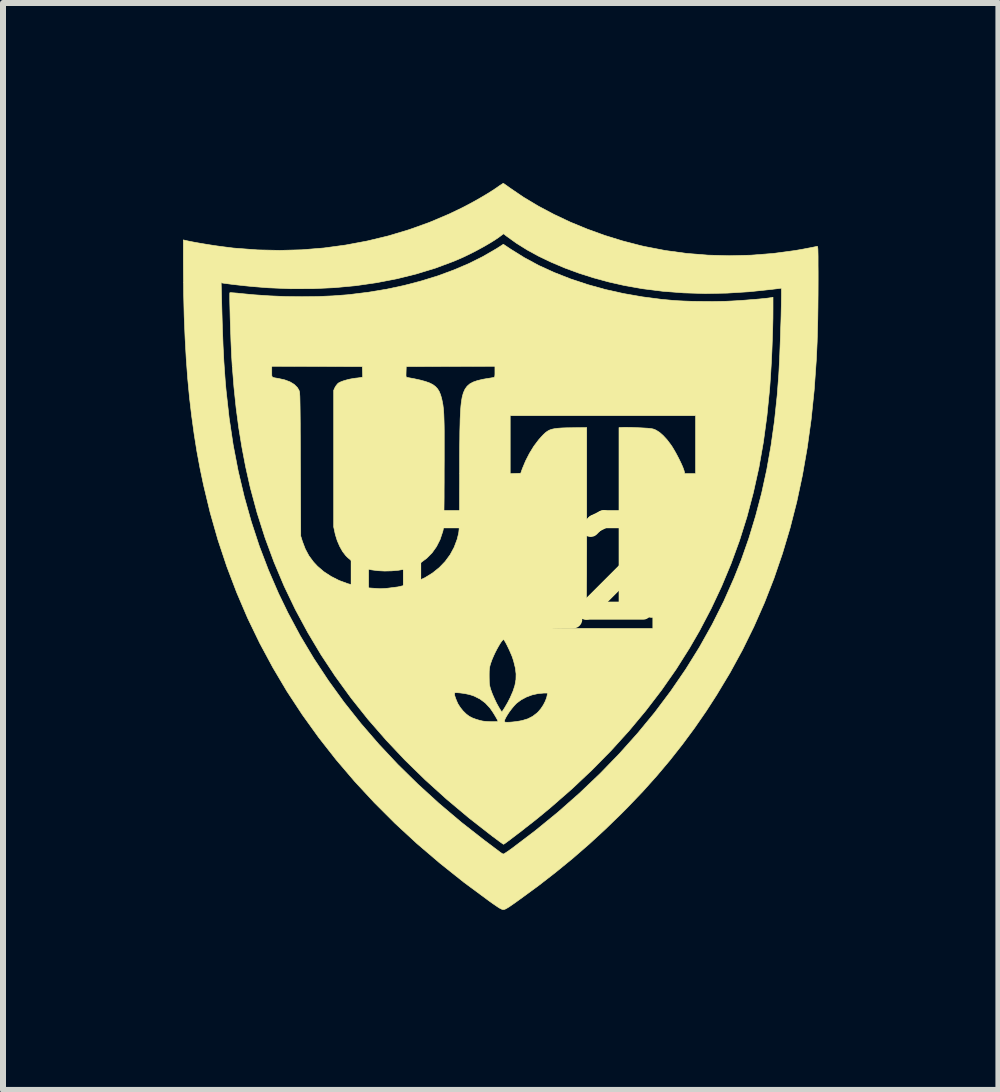
<source format=kicad_pcb>
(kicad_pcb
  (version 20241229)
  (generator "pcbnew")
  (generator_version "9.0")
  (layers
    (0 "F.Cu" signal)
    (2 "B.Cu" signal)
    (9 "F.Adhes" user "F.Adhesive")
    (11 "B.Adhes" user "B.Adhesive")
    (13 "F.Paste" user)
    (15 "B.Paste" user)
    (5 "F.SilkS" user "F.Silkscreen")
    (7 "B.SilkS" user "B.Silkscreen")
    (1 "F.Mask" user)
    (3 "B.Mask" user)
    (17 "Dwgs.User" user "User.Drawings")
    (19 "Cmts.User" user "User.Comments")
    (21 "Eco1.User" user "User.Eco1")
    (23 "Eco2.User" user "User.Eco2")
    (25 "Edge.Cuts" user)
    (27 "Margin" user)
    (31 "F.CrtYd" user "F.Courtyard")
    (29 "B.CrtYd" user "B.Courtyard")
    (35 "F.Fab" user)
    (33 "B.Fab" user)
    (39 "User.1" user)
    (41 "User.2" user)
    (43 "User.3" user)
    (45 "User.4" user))
  (footprint "UT_2"
    (layer "F.Cu")
    (at 5.268 6.436)
    (property "Reference" "UT_2" (at 0 0 0) (layer "F.SilkS") (effects (font (size 1.524 1.524) (thickness 0.3))))
    (attr through_hole)
    (fp_poly (pts (xy 0.077 -6.426) (xy 0.1 -6.41) (xy 0.133 -6.387) (xy 0.172 -6.359) (xy 0.176 -6.356) (xy 0.405 -6.2) (xy 0.652 -6.052) (xy 0.912 -5.914) (xy 1.185 -5.785) (xy 1.469 -5.668) (xy 1.76 -5.563) (xy 2.058 -5.471) (xy 2.359 -5.393) (xy 2.42 -5.379) (xy 2.767 -5.312) (xy 3.119 -5.264) (xy 3.476 -5.235) (xy 3.835 -5.225) (xy 4.195 -5.234) (xy 4.554 -5.262) (xy 4.911 -5.309) (xy 4.943 -5.314) (xy 5.001 -5.324) (xy 5.063 -5.335) (xy 5.125 -5.347) (xy 5.184 -5.358) (xy 5.234 -5.368) (xy 5.273 -5.376) (xy 5.296 -5.381) (xy 5.296 -5.381) (xy 5.3 -5.381) (xy 5.303 -5.378) (xy 5.306 -5.371) (xy 5.308 -5.358) (xy 5.31 -5.336) (xy 5.311 -5.306) (xy 5.312 -5.265) (xy 5.313 -5.212) (xy 5.313 -5.145) (xy 5.313 -5.062) (xy 5.314 -4.963) (xy 5.314 -4.845) (xy 5.314 -4.819) (xy 5.313 -4.584) (xy 5.311 -4.367) (xy 5.308 -4.164) (xy 5.303 -3.974) (xy 5.298 -3.793) (xy 5.29 -3.62) (xy 5.283 -3.48) (xy 5.248 -2.983) (xy 5.198 -2.499) (xy 5.133 -2.029) (xy 5.053 -1.57) (xy 4.958 -1.124) (xy 4.847 -0.689) (xy 4.72 -0.264) (xy 4.578 0.151) (xy 4.42 0.556) (xy 4.245 0.953) (xy 4.054 1.342) (xy 3.846 1.723) (xy 3.621 2.097) (xy 3.45 2.362) (xy 3.253 2.647) (xy 3.051 2.92) (xy 2.842 3.185) (xy 2.623 3.445) (xy 2.391 3.704) (xy 2.143 3.963) (xy 2.028 4.079) (xy 1.765 4.334) (xy 1.5 4.578) (xy 1.228 4.814) (xy 0.948 5.043) (xy 0.655 5.271) (xy 0.345 5.498) (xy 0.335 5.505) (xy 0.266 5.555) (xy 0.211 5.593) (xy 0.168 5.623) (xy 0.135 5.643) (xy 0.111 5.657) (xy 0.092 5.665) (xy 0.077 5.669) (xy 0.069 5.669) (xy 0.055 5.668) (xy 0.038 5.662) (xy 0.017 5.652) (xy -0.012 5.635) (xy -0.05 5.609) (xy -0.1 5.575) (xy -0.163 5.53) (xy -0.17 5.525) (xy -0.589 5.215) (xy -0.989 4.896) (xy -1.372 4.569) (xy -1.736 4.233) (xy -2.081 3.888) (xy -2.408 3.535) (xy -2.717 3.173) (xy -3.008 2.802) (xy -3.281 2.422) (xy -3.536 2.034) (xy -3.772 1.636) (xy -3.991 1.229) (xy -4.192 0.813) (xy -4.374 0.387) (xy -4.539 -0.047) (xy -4.687 -0.492) (xy -4.816 -0.945) (xy -4.926 -1.402) (xy -4.985 -1.683) (xy -5.038 -1.969) (xy -5.084 -2.26) (xy -5.125 -2.559) (xy -5.161 -2.866) (xy -5.191 -3.184) (xy -5.215 -3.513) (xy -5.234 -3.856) (xy -5.249 -4.213) (xy -5.258 -4.587) (xy -5.26 -4.776) (xy -4.633 -4.776) (xy -4.627 -4.559) (xy -4.622 -4.359) (xy -4.617 -4.177) (xy -4.612 -4.011) (xy -4.606 -3.859) (xy -4.601 -3.719) (xy -4.594 -3.589) (xy -4.588 -3.467) (xy -4.58 -3.35) (xy -4.572 -3.237) (xy -4.564 -3.126) (xy -4.554 -3.014) (xy -4.551 -2.982) (xy -4.5 -2.522) (xy -4.433 -2.073) (xy -4.349 -1.636) (xy -4.248 -1.209) (xy -4.131 -0.793) (xy -3.997 -0.385) (xy -3.845 0.013) (xy -3.677 0.402) (xy -3.52 0.726) (xy -3.315 1.109) (xy -3.09 1.485) (xy -2.847 1.853) (xy -2.586 2.214) (xy -2.306 2.567) (xy -2.007 2.913) (xy -1.691 3.25) (xy -1.356 3.579) (xy -1.004 3.9) (xy -0.634 4.213) (xy -0.247 4.516) (xy -0.193 4.556) (xy -0.137 4.598) (xy -0.086 4.637) (xy -0.04 4.671) (xy -0.005 4.698) (xy 0.019 4.716) (xy 0.025 4.72) (xy 0.049 4.736) (xy 0.067 4.744) (xy 0.07 4.744) (xy 0.082 4.739) (xy 0.108 4.723) (xy 0.144 4.699) (xy 0.186 4.669) (xy 0.212 4.651) (xy 0.605 4.352) (xy 0.981 4.045) (xy 1.339 3.729) (xy 1.679 3.405) (xy 2.001 3.073) (xy 2.305 2.733) (xy 2.591 2.386) (xy 2.858 2.03) (xy 3.107 1.667) (xy 3.337 1.297) (xy 3.548 0.92) (xy 3.741 0.535) (xy 3.914 0.144) (xy 4.032 -0.152) (xy 4.16 -0.517) (xy 4.273 -0.89) (xy 4.373 -1.27) (xy 4.458 -1.66) (xy 4.529 -2.061) (xy 4.587 -2.474) (xy 4.632 -2.901) (xy 4.658 -3.241) (xy 4.662 -3.312) (xy 4.666 -3.395) (xy 4.671 -3.486) (xy 4.675 -3.585) (xy 4.679 -3.689) (xy 4.683 -3.797) (xy 4.687 -3.907) (xy 4.69 -4.016) (xy 4.694 -4.123) (xy 4.697 -4.226) (xy 4.699 -4.324) (xy 4.701 -4.413) (xy 4.702 -4.493) (xy 4.703 -4.562) (xy 4.703 -4.617) (xy 4.703 -4.656) (xy 4.702 -4.679) (xy 4.7 -4.684) (xy 4.689 -4.683) (xy 4.661 -4.679) (xy 4.62 -4.674) (xy 4.569 -4.668) (xy 4.539 -4.664) (xy 4.166 -4.625) (xy 3.797 -4.602) (xy 3.433 -4.595) (xy 3.075 -4.606) (xy 2.725 -4.633) (xy 2.384 -4.676) (xy 2.081 -4.73) (xy 1.825 -4.788) (xy 1.575 -4.856) (xy 1.332 -4.933) (xy 1.098 -5.019) (xy 0.875 -5.113) (xy 0.663 -5.214) (xy 0.467 -5.321) (xy 0.286 -5.434) (xy 0.123 -5.551) (xy 0.1 -5.569) (xy 0.072 -5.591) (xy 0.003 -5.539) (xy -0.068 -5.49) (xy -0.155 -5.436) (xy -0.253 -5.379) (xy -0.359 -5.321) (xy -0.469 -5.264) (xy -0.58 -5.21) (xy -0.688 -5.162) (xy -0.762 -5.131) (xy -1.065 -5.018) (xy -1.38 -4.922) (xy -1.706 -4.841) (xy -2.042 -4.776) (xy -2.389 -4.726) (xy -2.743 -4.693) (xy -3.106 -4.676) (xy -3.475 -4.675) (xy -3.85 -4.691) (xy -4.089 -4.71) (xy -4.153 -4.716) (xy -4.224 -4.723) (xy -4.297 -4.731) (xy -4.37 -4.739) (xy -4.44 -4.747) (xy -4.502 -4.755) (xy -4.554 -4.762) (xy -4.592 -4.767) (xy -4.61 -4.77) (xy -4.633 -4.776) (xy -5.26 -4.776) (xy -5.262 -4.978) (xy -5.263 -5.14) (xy -5.263 -5.489) (xy -5.24 -5.483) (xy -5.168 -5.467) (xy -5.08 -5.45) (xy -4.979 -5.432) (xy -4.87 -5.414) (xy -4.757 -5.396) (xy -4.643 -5.38) (xy -4.533 -5.366) (xy -4.43 -5.353) (xy -4.394 -5.35) (xy -4.024 -5.322) (xy -3.655 -5.314) (xy -3.287 -5.324) (xy -2.921 -5.354) (xy -2.559 -5.403) (xy -2.201 -5.47) (xy -1.848 -5.555) (xy -1.502 -5.659) (xy -1.164 -5.78) (xy -0.834 -5.92) (xy -0.607 -6.029) (xy -0.506 -6.082) (xy -0.401 -6.139) (xy -0.298 -6.198) (xy -0.199 -6.257) (xy -0.11 -6.313) (xy -0.035 -6.363) (xy -0.023 -6.372) (xy 0.013 -6.397) (xy 0.043 -6.416) (xy 0.062 -6.429) (xy 0.067 -6.431) (xy 0.077 -6.426)) (stroke (width 0.01) (type solid)) (fill yes) (layer "F.SilkS"))
    (fp_poly (pts (xy 0.195 -5.332) (xy 0.42 -5.192) (xy 0.661 -5.062) (xy 0.918 -4.945) (xy 1.188 -4.839) (xy 1.471 -4.745) (xy 1.765 -4.663) (xy 2.07 -4.595) (xy 2.384 -4.54) (xy 2.706 -4.498) (xy 2.891 -4.481) (xy 2.976 -4.475) (xy 3.078 -4.47) (xy 3.191 -4.466) (xy 3.312 -4.464) (xy 3.435 -4.463) (xy 3.557 -4.462) (xy 3.674 -4.464) (xy 3.78 -4.466) (xy 3.866 -4.47) (xy 3.938 -4.474) (xy 4.017 -4.479) (xy 4.101 -4.485) (xy 4.185 -4.492) (xy 4.267 -4.498) (xy 4.344 -4.505) (xy 4.413 -4.512) (xy 4.47 -4.518) (xy 4.513 -4.524) (xy 4.534 -4.527) (xy 4.562 -4.533) (xy 4.562 -4.337) (xy 4.561 -4.181) (xy 4.557 -4.011) (xy 4.551 -3.829) (xy 4.544 -3.642) (xy 4.535 -3.453) (xy 4.524 -3.267) (xy 4.512 -3.09) (xy 4.506 -3.007) (xy 4.461 -2.557) (xy 4.402 -2.12) (xy 4.327 -1.694) (xy 4.235 -1.279) (xy 4.128 -0.874) (xy 4.004 -0.479) (xy 3.863 -0.093) (xy 3.705 0.286) (xy 3.53 0.658) (xy 3.338 1.024) (xy 3.172 1.311) (xy 2.949 1.664) (xy 2.706 2.012) (xy 2.444 2.354) (xy 2.164 2.69) (xy 1.865 3.02) (xy 1.547 3.343) (xy 1.212 3.659) (xy 0.859 3.967) (xy 0.677 4.118) (xy 0.624 4.161) (xy 0.565 4.208) (xy 0.501 4.258) (xy 0.435 4.309) (xy 0.37 4.361) (xy 0.305 4.41) (xy 0.245 4.456) (xy 0.191 4.497) (xy 0.144 4.532) (xy 0.108 4.559) (xy 0.083 4.576) (xy 0.072 4.582) (xy 0.072 4.582) (xy 0.062 4.576) (xy 0.039 4.56) (xy 0.004 4.535) (xy -0.039 4.503) (xy -0.089 4.465) (xy -0.112 4.449) (xy -0.505 4.142) (xy -0.878 3.829) (xy -1.233 3.508) (xy -1.569 3.18) (xy -1.886 2.844) (xy -2.185 2.501) (xy -2.464 2.15) (xy -2.519 2.075) (xy -0.746 2.075) (xy -0.741 2.105) (xy -0.728 2.145) (xy -0.71 2.191) (xy -0.688 2.24) (xy -0.684 2.247) (xy -0.648 2.303) (xy -0.602 2.36) (xy -0.55 2.411) (xy -0.5 2.449) (xy -0.494 2.452) (xy -0.443 2.478) (xy -0.38 2.501) (xy -0.314 2.52) (xy -0.272 2.529) (xy -0.239 2.533) (xy -0.197 2.536) (xy -0.152 2.538) (xy -0.107 2.539) (xy -0.067 2.538) (xy -0.037 2.537) (xy -0.022 2.534) (xy -0.02 2.532) (xy -0.021 2.53) (xy 0.086 2.53) (xy 0.087 2.542) (xy 0.101 2.547) (xy 0.13 2.549) (xy 0.172 2.548) (xy 0.221 2.544) (xy 0.274 2.538) (xy 0.328 2.53) (xy 0.377 2.521) (xy 0.385 2.519) (xy 0.477 2.491) (xy 0.557 2.45) (xy 0.629 2.395) (xy 0.651 2.374) (xy 0.695 2.322) (xy 0.735 2.262) (xy 0.768 2.198) (xy 0.791 2.137) (xy 0.798 2.106) (xy 0.805 2.062) (xy 0.743 2.062) (xy 0.645 2.071) (xy 0.547 2.093) (xy 0.451 2.129) (xy 0.364 2.176) (xy 0.29 2.231) (xy 0.277 2.244) (xy 0.241 2.283) (xy 0.204 2.328) (xy 0.169 2.375) (xy 0.138 2.422) (xy 0.112 2.466) (xy 0.094 2.503) (xy 0.086 2.53) (xy -0.021 2.53) (xy -0.026 2.517) (xy -0.04 2.49) (xy -0.061 2.453) (xy -0.085 2.413) (xy -0.111 2.372) (xy -0.136 2.336) (xy -0.155 2.31) (xy -0.232 2.227) (xy -0.319 2.162) (xy -0.418 2.112) (xy -0.471 2.094) (xy -0.513 2.083) (xy -0.56 2.073) (xy -0.61 2.065) (xy -0.658 2.059) (xy -0.699 2.056) (xy -0.729 2.056) (xy -0.743 2.059) (xy -0.746 2.075) (xy -2.519 2.075) (xy -2.725 1.791) (xy -2.731 1.783) (xy -0.167 1.783) (xy -0.166 1.843) (xy -0.165 1.887) (xy -0.161 1.923) (xy -0.155 1.954) (xy -0.146 1.988) (xy -0.138 2.012) (xy -0.113 2.08) (xy -0.08 2.155) (xy -0.044 2.231) (xy -0.007 2.298) (xy 0.012 2.33) (xy 0.044 2.379) (xy 0.089 2.31) (xy 0.113 2.269) (xy 0.142 2.219) (xy 0.169 2.166) (xy 0.183 2.139) (xy 0.23 2.031) (xy 0.262 1.932) (xy 0.279 1.837) (xy 0.281 1.743) (xy 0.269 1.644) (xy 0.242 1.536) (xy 0.227 1.487) (xy 0.213 1.447) (xy 0.193 1.4) (xy 0.171 1.349) (xy 0.147 1.299) (xy 0.124 1.252) (xy 0.103 1.213) (xy 0.086 1.185) (xy 0.075 1.171) (xy 0.073 1.171) (xy 0.061 1.177) (xy 0.042 1.198) (xy 0.018 1.233) (xy -0.009 1.278) (xy -0.038 1.33) (xy -0.067 1.386) (xy -0.094 1.444) (xy -0.118 1.5) (xy -0.137 1.553) (xy -0.138 1.554) (xy -0.15 1.592) (xy -0.158 1.624) (xy -0.163 1.656) (xy -0.166 1.694) (xy -0.167 1.743) (xy -0.167 1.783) (xy -2.731 1.783) (xy -2.968 1.425) (xy -3.191 1.051) (xy -3.397 0.669) (xy -3.584 0.279) (xy -3.752 -0.12) (xy -3.902 -0.526) (xy -4.034 -0.941) (xy -4.148 -1.364) (xy -4.226 -1.712) (xy -4.287 -2.032) (xy -4.34 -2.357) (xy -4.384 -2.691) (xy -4.42 -3.036) (xy -4.437 -3.252) (xy -3.79 -3.252) (xy -3.789 -3.225) (xy -3.783 -3.208) (xy -3.769 -3.198) (xy -3.744 -3.191) (xy -3.703 -3.184) (xy -3.678 -3.18) (xy -3.572 -3.156) (xy -3.485 -3.123) (xy -3.416 -3.081) (xy -3.364 -3.03) (xy -3.338 -2.987) (xy -3.335 -2.98) (xy -3.332 -2.972) (xy -3.33 -2.963) (xy -3.327 -2.951) (xy -3.325 -2.934) (xy -3.324 -2.913) (xy -3.322 -2.886) (xy -3.321 -2.851) (xy -3.32 -2.809) (xy -3.319 -2.756) (xy -3.318 -2.693) (xy -3.317 -2.618) (xy -3.316 -2.53) (xy -3.315 -2.428) (xy -3.315 -2.311) (xy -3.314 -2.178) (xy -3.313 -2.027) (xy -3.313 -1.858) (xy -3.312 -1.748) (xy -3.307 -0.554) (xy -3.279 -0.464) (xy -3.231 -0.338) (xy -3.171 -0.226) (xy -3.094 -0.122) (xy -3.029 -0.052) (xy -2.923 0.039) (xy -2.802 0.118) (xy -2.668 0.186) (xy -2.521 0.24) (xy -2.366 0.281) (xy -2.202 0.307) (xy -2.118 0.314) (xy -2.07 0.317) (xy -2.029 0.32) (xy -2 0.322) (xy -1.986 0.323) (xy -1.973 0.323) (xy -1.943 0.321) (xy -1.902 0.319) (xy -1.857 0.315) (xy -1.686 0.293) (xy -1.525 0.255) (xy -1.375 0.204) (xy -1.236 0.139) (xy -1.11 0.061) (xy -0.998 -0.029) (xy -0.9 -0.131) (xy -0.817 -0.244) (xy -0.751 -0.366) (xy -0.701 -0.499) (xy -0.68 -0.584) (xy -0.676 -0.602) (xy -0.673 -0.62) (xy -0.671 -0.641) (xy -0.668 -0.666) (xy -0.667 -0.695) (xy -0.665 -0.732) (xy -0.664 -0.776) (xy -0.663 -0.831) (xy -0.662 -0.896) (xy -0.661 -0.973) (xy -0.661 -1.065) (xy -0.661 -1.171) (xy -0.661 -1.295) (xy -0.66 -1.436) (xy -0.66 -1.514) (xy -0.66 -1.706) (xy -0.66 -1.88) (xy -0.659 -2.035) (xy -0.657 -2.174) (xy -0.656 -2.297) (xy -0.653 -2.406) (xy -0.651 -2.501) (xy -0.648 -2.56) (xy 0.183 -2.56) (xy 0.183 -1.594) (xy 0.27 -1.597) (xy 0.358 -1.6) (xy 0.386 -1.678) (xy 0.44 -1.807) (xy 0.504 -1.932) (xy 0.577 -2.051) (xy 0.656 -2.156) (xy 0.702 -2.208) (xy 0.737 -2.245) (xy 0.77 -2.276) (xy 0.802 -2.3) (xy 0.836 -2.319) (xy 0.875 -2.333) (xy 0.921 -2.343) (xy 0.976 -2.35) (xy 1.044 -2.355) (xy 1.127 -2.358) (xy 1.227 -2.359) (xy 1.24 -2.359) (xy 1.458 -2.362) (xy 1.458 -0.904) (xy 1.458 -0.696) (xy 1.458 -0.507) (xy 1.458 -0.337) (xy 1.457 -0.184) (xy 1.457 -0.048) (xy 1.457 0.072) (xy 1.456 0.177) (xy 1.455 0.268) (xy 1.455 0.346) (xy 1.454 0.411) (xy 1.453 0.466) (xy 1.451 0.509) (xy 1.45 0.543) (xy 1.448 0.569) (xy 1.447 0.586) (xy 1.445 0.597) (xy 1.445 0.598) (xy 1.422 0.644) (xy 1.385 0.687) (xy 1.34 0.723) (xy 1.297 0.745) (xy 1.268 0.752) (xy 1.225 0.76) (xy 1.173 0.769) (xy 1.117 0.776) (xy 1.109 0.777) (xy 1.054 0.784) (xy 1.002 0.79) (xy 0.959 0.795) (xy 0.93 0.798) (xy 0.927 0.799) (xy 0.884 0.804) (xy 0.884 0.888) (xy 0.885 0.927) (xy 0.887 0.959) (xy 0.89 0.977) (xy 0.891 0.979) (xy 0.902 0.98) (xy 0.931 0.981) (xy 0.978 0.982) (xy 1.041 0.983) (xy 1.118 0.983) (xy 1.208 0.984) (xy 1.309 0.985) (xy 1.42 0.985) (xy 1.539 0.985) (xy 1.664 0.985) (xy 1.729 0.986) (xy 2.56 0.986) (xy 2.56 0.804) (xy 2.512 0.798) (xy 2.479 0.792) (xy 2.432 0.784) (xy 2.378 0.774) (xy 2.32 0.762) (xy 2.265 0.751) (xy 2.219 0.74) (xy 2.187 0.732) (xy 2.184 0.732) (xy 2.118 0.703) (xy 2.065 0.66) (xy 2.026 0.603) (xy 2.026 0.603) (xy 1.996 0.544) (xy 1.996 -2.362) (xy 2.068 -2.365) (xy 2.1 -2.366) (xy 2.148 -2.365) (xy 2.208 -2.364) (xy 2.274 -2.361) (xy 2.343 -2.358) (xy 2.347 -2.358) (xy 2.418 -2.354) (xy 2.471 -2.351) (xy 2.512 -2.347) (xy 2.542 -2.343) (xy 2.565 -2.338) (xy 2.586 -2.331) (xy 2.606 -2.322) (xy 2.618 -2.316) (xy 2.673 -2.281) (xy 2.732 -2.229) (xy 2.794 -2.162) (xy 2.855 -2.082) (xy 2.878 -2.049) (xy 2.909 -1.998) (xy 2.943 -1.939) (xy 2.977 -1.875) (xy 3.01 -1.81) (xy 3.039 -1.749) (xy 3.062 -1.695) (xy 3.077 -1.654) (xy 3.08 -1.645) (xy 3.092 -1.595) (xy 3.272 -1.595) (xy 3.272 -2.56) (xy 0.183 -2.56) (xy -0.648 -2.56) (xy -0.647 -2.585) (xy -0.643 -2.657) (xy -0.638 -2.72) (xy -0.632 -2.775) (xy -0.625 -2.822) (xy -0.618 -2.863) (xy -0.609 -2.899) (xy -0.6 -2.931) (xy -0.595 -2.946) (xy -0.569 -3.003) (xy -0.535 -3.05) (xy -0.491 -3.089) (xy -0.434 -3.12) (xy -0.362 -3.145) (xy -0.273 -3.166) (xy -0.222 -3.175) (xy -0.176 -3.182) (xy -0.135 -3.189) (xy -0.105 -3.194) (xy -0.094 -3.196) (xy -0.083 -3.2) (xy -0.076 -3.207) (xy -0.073 -3.223) (xy -0.071 -3.252) (xy -0.071 -3.292) (xy -0.071 -3.383) (xy -0.81 -3.381) (xy -1.549 -3.378) (xy -1.552 -3.29) (xy -1.553 -3.247) (xy -1.553 -3.221) (xy -1.549 -3.206) (xy -1.542 -3.2) (xy -1.532 -3.197) (xy -1.414 -3.175) (xy -1.314 -3.153) (xy -1.23 -3.13) (xy -1.162 -3.106) (xy -1.106 -3.078) (xy -1.062 -3.045) (xy -1.027 -3.007) (xy -0.999 -2.962) (xy -0.977 -2.908) (xy -0.959 -2.846) (xy -0.95 -2.804) (xy -0.944 -2.773) (xy -0.938 -2.742) (xy -0.934 -2.708) (xy -0.929 -2.671) (xy -0.926 -2.63) (xy -0.923 -2.582) (xy -0.921 -2.527) (xy -0.919 -2.464) (xy -0.917 -2.39) (xy -0.916 -2.304) (xy -0.916 -2.205) (xy -0.916 -2.092) (xy -0.916 -1.963) (xy -0.916 -1.817) (xy -0.917 -1.652) (xy -0.917 -1.61) (xy -0.917 -1.454) (xy -0.918 -1.317) (xy -0.918 -1.197) (xy -0.919 -1.094) (xy -0.92 -1.005) (xy -0.921 -0.93) (xy -0.921 -0.867) (xy -0.923 -0.815) (xy -0.924 -0.773) (xy -0.925 -0.738) (xy -0.927 -0.71) (xy -0.929 -0.688) (xy -0.932 -0.669) (xy -0.935 -0.654) (xy -0.938 -0.639) (xy -0.942 -0.624) (xy -0.943 -0.623) (xy -0.986 -0.494) (xy -1.045 -0.378) (xy -1.119 -0.274) (xy -1.207 -0.185) (xy -1.307 -0.11) (xy -1.42 -0.051) (xy -1.477 -0.029) (xy -1.573 -0.002) (xy -1.68 0.016) (xy -1.794 0.026) (xy -1.909 0.029) (xy -2.022 0.023) (xy -2.128 0.009) (xy -2.223 -0.013) (xy -2.281 -0.033) (xy -2.341 -0.063) (xy -2.406 -0.103) (xy -2.471 -0.15) (xy -2.527 -0.198) (xy -2.555 -0.226) (xy -2.61 -0.297) (xy -2.658 -0.383) (xy -2.699 -0.478) (xy -2.73 -0.577) (xy -2.735 -0.599) (xy -2.758 -0.706) (xy -2.758 -2.982) (xy -2.737 -3.029) (xy -2.716 -3.063) (xy -2.69 -3.094) (xy -2.68 -3.103) (xy -2.65 -3.119) (xy -2.605 -3.137) (xy -2.549 -3.154) (xy -2.489 -3.169) (xy -2.428 -3.18) (xy -2.393 -3.185) (xy -2.354 -3.189) (xy -2.32 -3.194) (xy -2.303 -3.197) (xy -2.275 -3.202) (xy -2.278 -3.29) (xy -2.281 -3.378) (xy -3.035 -3.381) (xy -3.79 -3.383) (xy -3.79 -3.292) (xy -3.79 -3.252) (xy -4.437 -3.252) (xy -4.449 -3.397) (xy -4.455 -3.495) (xy -4.459 -3.56) (xy -4.462 -3.635) (xy -4.466 -3.719) (xy -4.47 -3.809) (xy -4.473 -3.904) (xy -4.477 -4) (xy -4.48 -4.097) (xy -4.483 -4.191) (xy -4.485 -4.281) (xy -4.487 -4.364) (xy -4.489 -4.439) (xy -4.49 -4.503) (xy -4.49 -4.553) (xy -4.49 -4.589) (xy -4.489 -4.607) (xy -4.488 -4.608) (xy -4.476 -4.61) (xy -4.448 -4.608) (xy -4.407 -4.605) (xy -4.357 -4.601) (xy -4.336 -4.598) (xy -4.083 -4.574) (xy -3.82 -4.556) (xy -3.554 -4.545) (xy -3.287 -4.542) (xy -3.025 -4.545) (xy -2.772 -4.556) (xy -2.534 -4.574) (xy -2.494 -4.578) (xy -2.185 -4.616) (xy -1.882 -4.666) (xy -1.586 -4.729) (xy -1.3 -4.804) (xy -1.024 -4.889) (xy -0.761 -4.986) (xy -0.511 -5.092) (xy -0.276 -5.209) (xy -0.058 -5.335) (xy -0.024 -5.356) (xy 0.069 -5.416) (xy 0.195 -5.332)) (stroke (width 0.01) (type solid)) (fill yes) (layer "F.SilkS")))
  (gr_rect
    (start -3 -3)
    (end 13.586 15.111)
    (stroke (width 0.1) (type default))
    (fill no)
    (layer "Edge.Cuts")))
</source>
